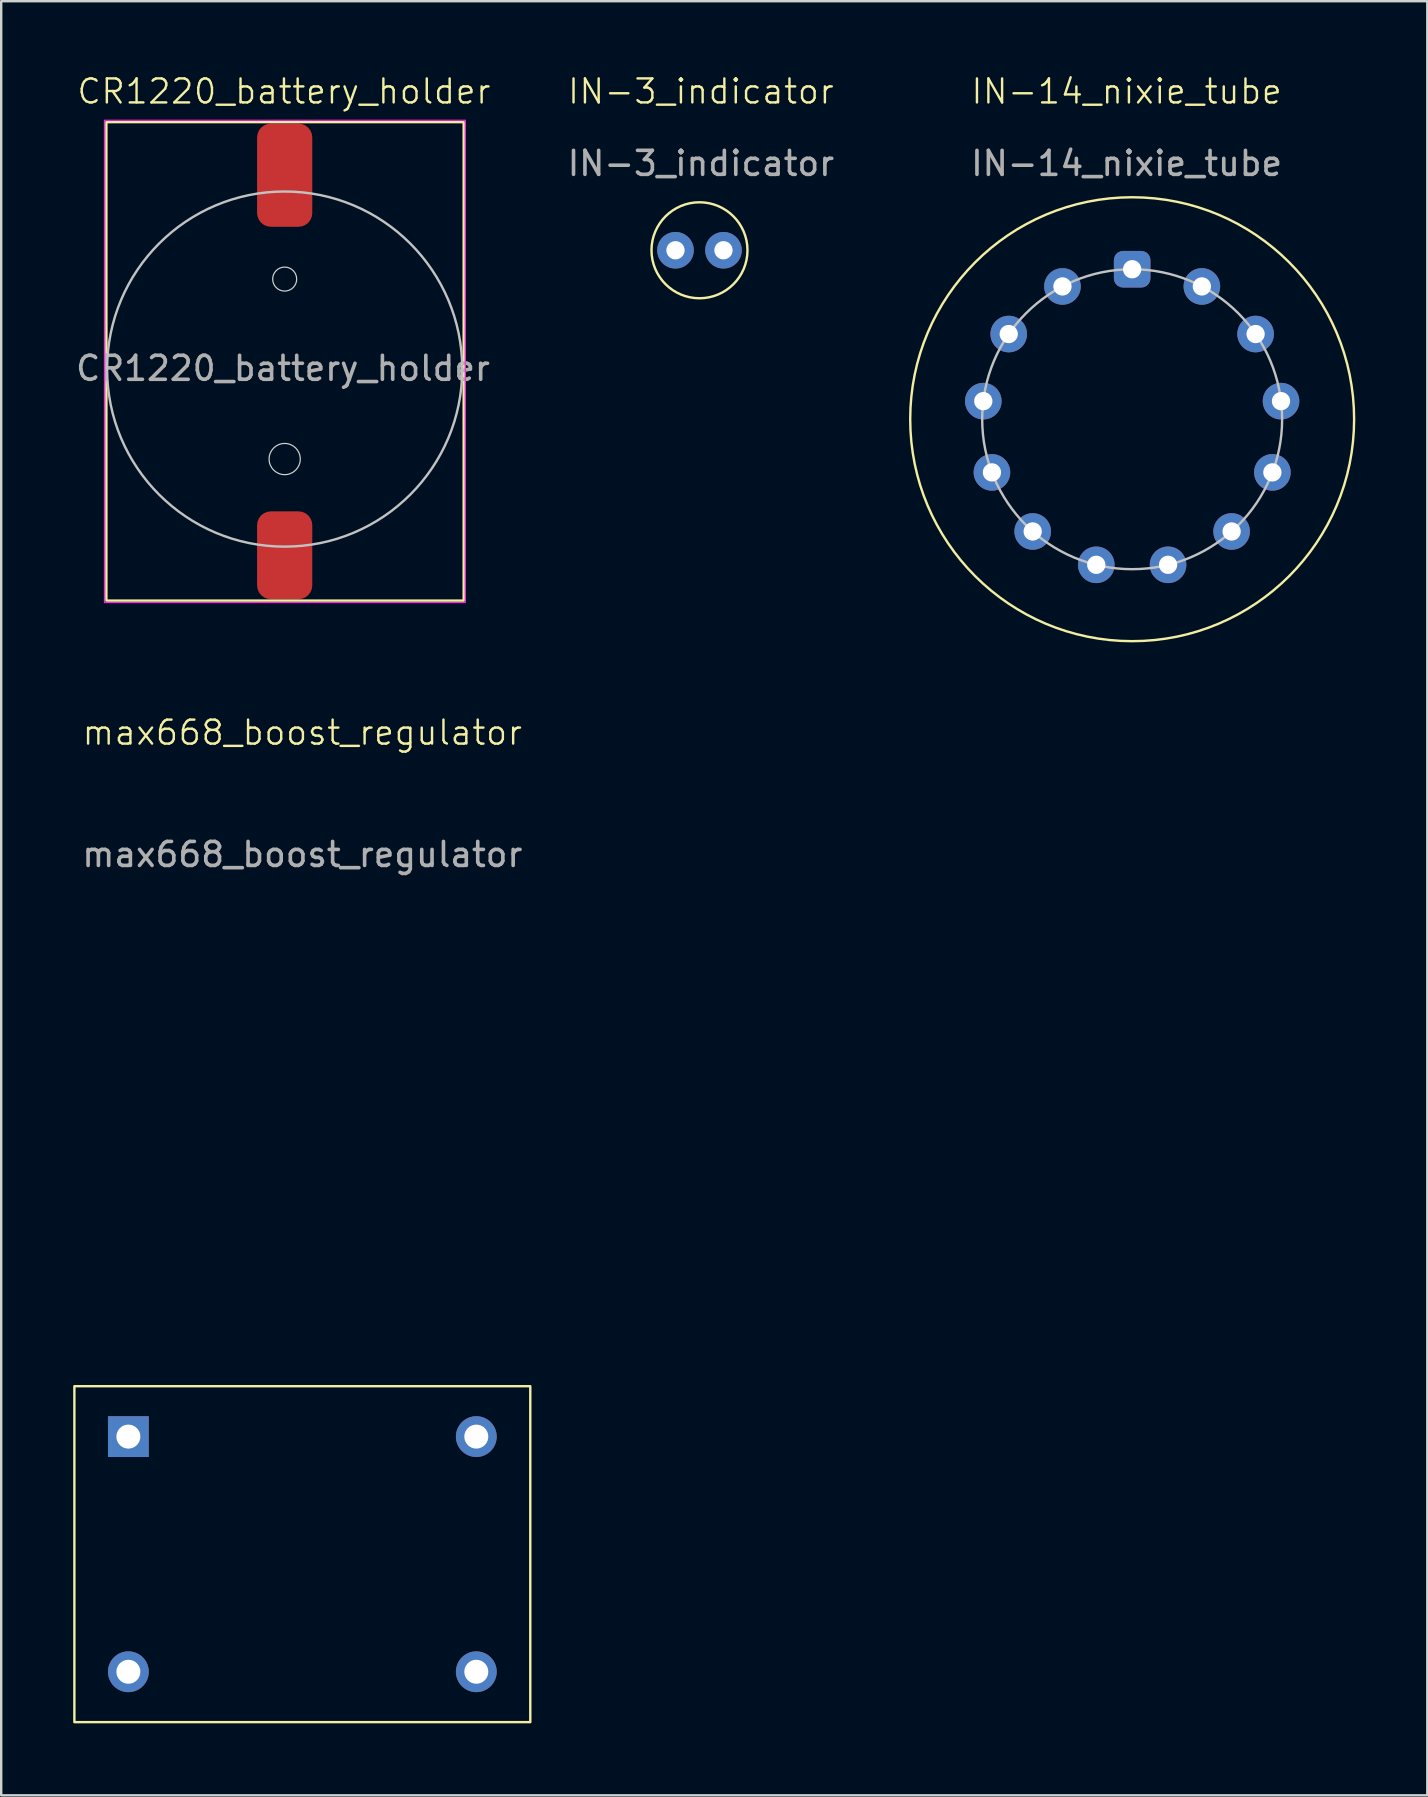
<source format=kicad_pcb>
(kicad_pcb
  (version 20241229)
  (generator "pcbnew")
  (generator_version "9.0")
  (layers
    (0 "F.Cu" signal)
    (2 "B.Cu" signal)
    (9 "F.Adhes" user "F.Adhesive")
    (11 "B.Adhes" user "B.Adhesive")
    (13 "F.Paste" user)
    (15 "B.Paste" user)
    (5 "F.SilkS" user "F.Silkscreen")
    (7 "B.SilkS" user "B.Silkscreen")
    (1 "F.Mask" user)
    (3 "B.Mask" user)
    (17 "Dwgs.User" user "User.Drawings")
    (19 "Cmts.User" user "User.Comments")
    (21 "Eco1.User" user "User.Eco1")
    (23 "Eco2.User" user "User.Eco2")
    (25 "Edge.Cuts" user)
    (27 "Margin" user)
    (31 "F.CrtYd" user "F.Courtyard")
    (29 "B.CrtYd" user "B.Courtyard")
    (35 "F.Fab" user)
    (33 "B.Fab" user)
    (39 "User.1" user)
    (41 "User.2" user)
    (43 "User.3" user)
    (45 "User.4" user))
  (footprint "max668_boost_regulator"
    (layer "F.Cu")
    (at 9.55 61.721)
    (property "Reference" "max668_boost_regulator" (at 0 -34.24 0) (unlocked yes) (layer "F.SilkS") (effects (font (size 1 1) (thickness 0.1))))
    (attr through_hole)
    (fp_rect (start -9.5 7) (end 9.5 -7) (stroke (width 0.1) (type default)) (fill no) (layer "F.SilkS"))
    (fp_text user "${REFERENCE}" (at 0 -29.16 0) (unlocked yes) (layer "F.Fab") (effects (font (size 1 1) (thickness 0.15))))
    (pad "1" thru_hole rect (at -7.25 -4.9 90) (size 1.7 1.7) (drill 1) (layers "*.Cu" "*.Mask"))
    (pad "2" thru_hole circle (at -7.25 4.9 90) (size 1.7 1.7) (drill 1) (layers "*.Cu" "*.Mask"))
    (pad "3" thru_hole circle (at 7.25 4.9 90) (size 1.7 1.7) (drill 1) (layers "*.Cu" "*.Mask"))
    (pad "4" thru_hole circle (at 7.25 -4.9 90) (size 1.7 1.7) (drill 1) (layers "*.Cu" "*.Mask")))
  (footprint "IN-14_nixie_tube"
    (layer "F.Cu")
    (at 44.133 14.421)
    (property "Reference" "IN-14_nixie_tube" (at -0.23 -13.66 0) (unlocked yes) (layer "F.SilkS") (effects (font (size 1 1) (thickness 0.1))))
    (attr through_hole)
    (fp_circle (center 0 0) (end 9.25 0) (stroke (width 0.1) (type default)) (fill no) (layer "F.SilkS"))
    (fp_circle (center 0 0) (end 0 -6.25) (stroke (width 0.1) (type default)) (fill no) (layer "Dwgs.User"))
    (fp_text user "${REFERENCE}" (at -0.23 -10.66 0) (unlocked yes) (layer "F.Fab") (effects (font (size 1 1) (thickness 0.15))))
    (pad "1" thru_hole roundrect (at 0 -6.25) (size 1.524 1.524) (drill 0.762) (layers "*.Cu" "*.Mask") (roundrect_rratio 0.25))
    (pad "2" thru_hole circle (at -2.905 -5.534) (size 1.524 1.524) (drill 0.762) (layers "*.Cu" "*.Mask"))
    (pad "3" thru_hole circle (at -5.144 -3.55) (size 1.524 1.524) (drill 0.762) (layers "*.Cu" "*.Mask"))
    (pad "4" thru_hole circle (at -6.204 -0.753) (size 1.524 1.524) (drill 0.762) (layers "*.Cu" "*.Mask"))
    (pad "5" thru_hole circle (at -5.844 2.216) (size 1.524 1.524) (drill 0.762) (layers "*.Cu" "*.Mask"))
    (pad "6" thru_hole circle (at -4.145 4.678) (size 1.524 1.524) (drill 0.762) (layers "*.Cu" "*.Mask"))
    (pad "7" thru_hole circle (at -1.496 6.068) (size 1.524 1.524) (drill 0.762) (layers "*.Cu" "*.Mask"))
    (pad "8" thru_hole circle (at 1.496 6.068) (size 1.524 1.524) (drill 0.762) (layers "*.Cu" "*.Mask"))
    (pad "9" thru_hole circle (at 4.145 4.678) (size 1.524 1.524) (drill 0.762) (layers "*.Cu" "*.Mask"))
    (pad "10" thru_hole circle (at 5.844 2.216) (size 1.524 1.524) (drill 0.762) (layers "*.Cu" "*.Mask"))
    (pad "11" thru_hole circle (at 6.204 -0.753) (size 1.524 1.524) (drill 0.762) (layers "*.Cu" "*.Mask"))
    (pad "12" thru_hole circle (at 5.144 -3.55) (size 1.524 1.524) (drill 0.762) (layers "*.Cu" "*.Mask"))
    (pad "13" thru_hole circle (at 2.905 -5.534) (size 1.524 1.524) (drill 0.762) (layers "*.Cu" "*.Mask")))
  (footprint "CR1220_battery_holder"
    (layer "F.Cu")
    (at 8.814 12.331)
    (property "Reference" "CR1220_battery_holder" (at -0.03 -11.57 0) (unlocked yes) (layer "F.SilkS") (effects (font (size 1 1) (thickness 0.1))))
    (attr smd)
    (fp_rect (start -7.43 -10.29) (end 7.46 9.65) (stroke (width 0.1) (type default)) (fill no) (layer "F.SilkS"))
    (fp_circle (center 0 0) (end 7.4 0) (stroke (width 0.1) (type default)) (fill no) (layer "Dwgs.User"))
    (fp_circle (center 0 -3.75) (end 0.5 -3.75) (stroke (width 0.05) (type default)) (fill no) (layer "Edge.Cuts"))
    (fp_circle (center 0 3.75) (end 0.65 3.75) (stroke (width 0.05) (type default)) (fill no) (layer "Edge.Cuts"))
    (fp_rect (start -7.51 -10.37) (end 7.53 9.73) (stroke (width 0.05) (type default)) (fill no) (layer "F.CrtYd"))
    (fp_text user "${REFERENCE}" (at -0.07 -0.03 0) (unlocked yes) (layer "F.Fab") (effects (font (size 1 1) (thickness 0.15))))
    (pad "1" smd roundrect (at 0 7.76) (size 2.3 3.66) (layers "F.Cu" "F.Mask" "F.Paste") (roundrect_rratio 0.25))
    (pad "2" smd roundrect (at 0 -8.08) (size 2.3 4.3) (layers "F.Cu" "F.Mask" "F.Paste") (roundrect_rratio 0.25)))
  (footprint "IN-3_indicator"
    (layer "F.Cu")
    (at 26.101 7.38)
    (property "Reference" "IN-3_indicator" (at 0.06 -6.62 0) (unlocked yes) (layer "F.SilkS") (effects (font (size 1 1) (thickness 0.1))))
    (attr through_hole)
    (fp_circle (center 0 0) (end 2 0) (stroke (width 0.1) (type default)) (fill no) (layer "F.SilkS"))
    (fp_text user "${REFERENCE}" (at 0.06 -3.62 0) (unlocked yes) (layer "F.Fab") (effects (font (size 1 1) (thickness 0.15))))
    (pad "1" thru_hole circle (at -1 0) (size 1.524 1.524) (drill 0.762) (layers "*.Cu" "*.Mask"))
    (pad "2" thru_hole circle (at 1 0) (size 1.524 1.524) (drill 0.762) (layers "*.Cu" "*.Mask")))
  (gr_rect
    (start -3 -3)
    (end 56.433 71.771)
    (stroke (width 0.1) (type default))
    (fill no)
    (layer "Edge.Cuts")))
</source>
